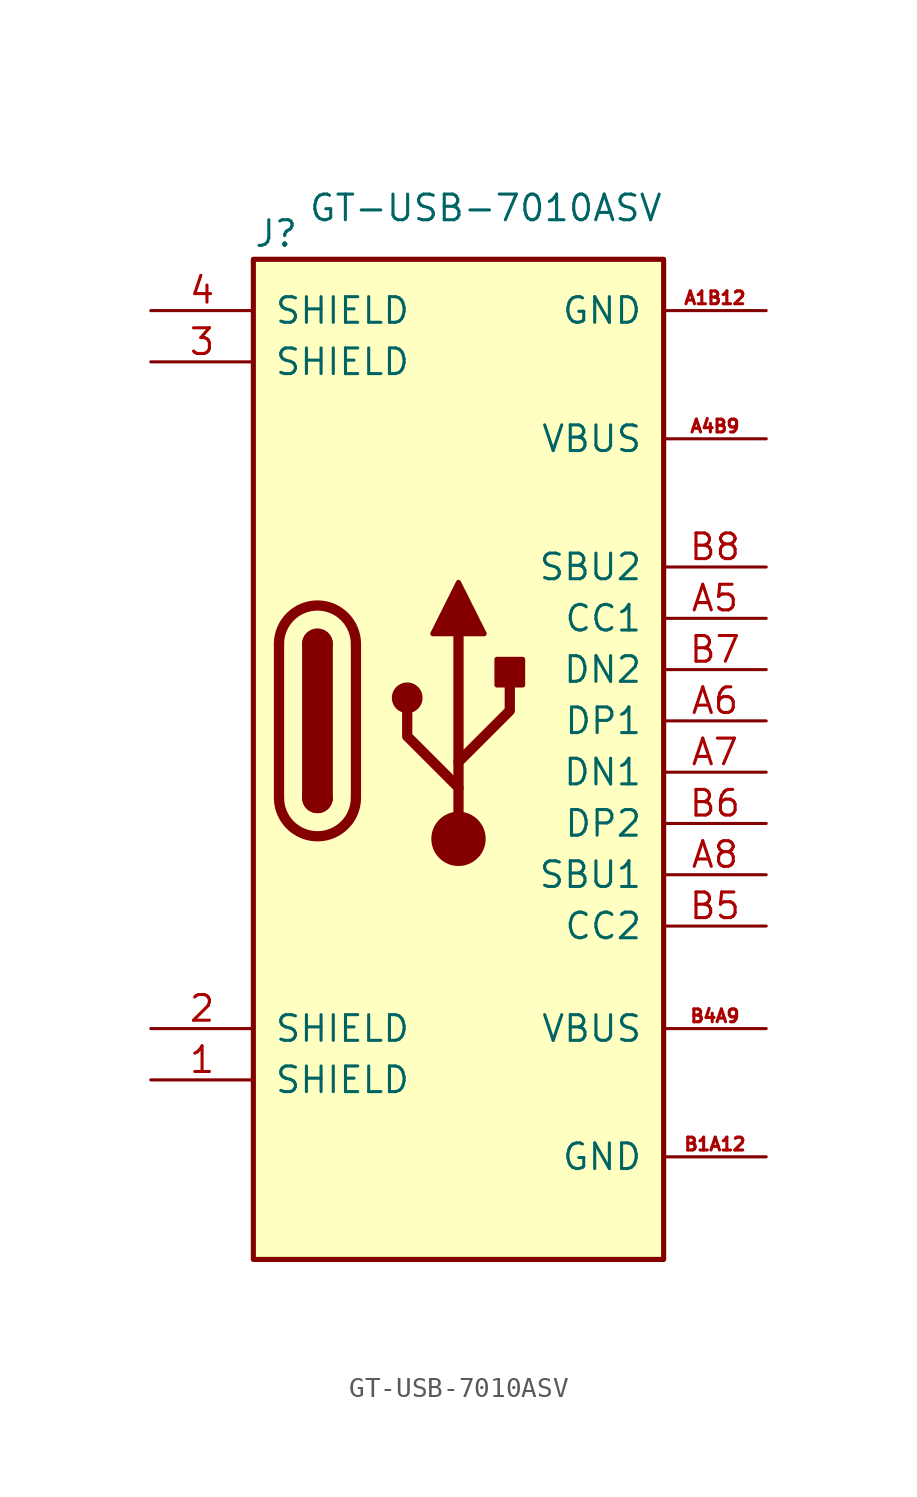
<source format=kicad_sym>
(kicad_symbol_lib
  (version 20231120)
  (generator "kicad_symbol_editor")
  (generator_version "8.0")
  (symbol "GT-USB-7010ASV"
    (pin_names
      (offset 1.016))
    (property "Reference" "J"
      (at -10.16 19.05 0)
      (effects (font (size 1.27 1.27)) (justify left)))
    (property "Value" "GT-USB-7010ASV"
      (at 10.16 20.32 0)
      (effects (font (size 1.27 1.27)) (justify right)))
    (symbol "GT-USB-7010ASV_0_1"
      (rectangle (start -10.16 17.78) (end 10.16 -31.75) (stroke (width 0.254) (type default)) (fill (type background)))
      (arc (start -8.89 -8.89) (mid -6.985 -10.7867) (end -5.08 -8.89) (stroke (width 0.508) (type default)) (fill (type none)))
      (arc (start -7.62 -8.89) (mid -6.985 -9.5223) (end -6.35 -8.89) (stroke (width 0.254) (type default)) (fill (type none)))
      (arc (start -7.62 -8.89) (mid -6.985 -9.5223) (end -6.35 -8.89) (stroke (width 0.254) (type default)) (fill (type outline)))
      (rectangle (start -7.62 -8.89) (end -6.35 -1.27) (stroke (width 0.254) (type default)) (fill (type outline)))
      (arc (start -6.35 -1.27) (mid -6.985 -0.6377) (end -7.62 -1.27) (stroke (width 0.254) (type default)) (fill (type none)))
      (arc (start -6.35 -1.27) (mid -6.985 -0.6377) (end -7.62 -1.27) (stroke (width 0.254) (type default)) (fill (type outline)))
      (arc (start -5.08 -1.27) (mid -6.985 0.6267) (end -8.89 -1.27) (stroke (width 0.508) (type default)) (fill (type none)))
      (circle (center -2.54 -3.937) (radius 0.635) (stroke (width 0.254) (type default)) (fill (type outline)))
      (circle (center 0 -10.922) (radius 1.27) (stroke (width 0) (type default)) (fill (type outline)))
      (polyline (pts (xy -8.89 -8.89) (xy -8.89 -1.27)) (stroke (width 0.508) (type default)) (fill (type none)))
      (polyline (pts (xy -5.08 -1.27) (xy -5.08 -8.89)) (stroke (width 0.508) (type default)) (fill (type none)))
      (polyline (pts (xy 0 -10.922) (xy 0 -0.762)) (stroke (width 0.508) (type default)) (fill (type none)))
      (polyline (pts (xy 0 -8.382) (xy -2.54 -5.842) (xy -2.54 -4.572)) (stroke (width 0.508) (type default)) (fill (type none)))
      (polyline (pts (xy 0 -7.112) (xy 2.54 -4.572) (xy 2.54 -3.302)) (stroke (width 0.508) (type default)) (fill (type none)))
      (polyline (pts (xy -1.27 -0.762) (xy 0 1.778) (xy 1.27 -0.762) (xy -1.27 -0.762)) (stroke (width 0.254) (type default)) (fill (type outline)))
      (rectangle (start 1.905 -3.302) (end 3.175 -2.032) (stroke (width 0.254) (type default)) (fill (type outline))))
    (symbol "GT-USB-7010ASV_1_1"
      (pin power_in line (at -15.24 -22.86 0) (length 5.08) (name "SHIELD" (effects (font (size 1.27 1.27)))) (number "1" (effects (font (size 1.27 1.27)))))
      (pin power_in line (at -15.24 -20.32 0) (length 5.08) (name "SHIELD" (effects (font (size 1.27 1.27)))) (number "2" (effects (font (size 1.27 1.27)))))
      (pin power_in line (at -15.24 12.7 0) (length 5.08) (name "SHIELD" (effects (font (size 1.27 1.27)))) (number "3" (effects (font (size 1.27 1.27)))))
      (pin power_in line (at -15.24 15.24 0) (length 5.08) (name "SHIELD" (effects (font (size 1.27 1.27)))) (number "4" (effects (font (size 1.27 1.27)))))
      (pin power_in line (at 15.24 15.24 180) (length 5.08) (name "GND" (effects (font (size 1.27 1.27)))) (number "A1B12" (effects (font (size 0.635 0.635)))))
      (pin power_in line (at 15.24 8.89 180) (length 5.08) (name "VBUS" (effects (font (size 1.27 1.27)))) (number "A4B9" (effects (font (size 0.635 0.635)))))
      (pin bidirectional line (at 15.24 0 180) (length 5.08) (name "CC1" (effects (font (size 1.27 1.27)))) (number "A5" (effects (font (size 1.27 1.27)))))
      (pin bidirectional line (at 15.24 -5.08 180) (length 5.08) (name "DP1" (effects (font (size 1.27 1.27)))) (number "A6" (effects (font (size 1.27 1.27)))))
      (pin bidirectional line (at 15.24 -7.62 180) (length 5.08) (name "DN1" (effects (font (size 1.27 1.27)))) (number "A7" (effects (font (size 1.27 1.27)))))
      (pin bidirectional line (at 15.24 -12.7 180) (length 5.08) (name "SBU1" (effects (font (size 1.27 1.27)))) (number "A8" (effects (font (size 1.27 1.27)))))
      (pin power_in line (at 15.24 -26.67 180) (length 5.08) (name "GND" (effects (font (size 1.27 1.27)))) (number "B1A12" (effects (font (size 0.635 0.635)))))
      (pin power_in line (at 15.24 -20.32 180) (length 5.08) (name "VBUS" (effects (font (size 1.27 1.27)))) (number "B4A9" (effects (font (size 0.635 0.635)))))
      (pin bidirectional line (at 15.24 -15.24 180) (length 5.08) (name "CC2" (effects (font (size 1.27 1.27)))) (number "B5" (effects (font (size 1.27 1.27)))))
      (pin bidirectional line (at 15.24 -10.16 180) (length 5.08) (name "DP2" (effects (font (size 1.27 1.27)))) (number "B6" (effects (font (size 1.27 1.27)))))
      (pin bidirectional line (at 15.24 -2.54 180) (length 5.08) (name "DN2" (effects (font (size 1.27 1.27)))) (number "B7" (effects (font (size 1.27 1.27)))))
      (pin bidirectional line (at 15.24 2.54 180) (length 5.08) (name "SBU2" (effects (font (size 1.27 1.27)))) (number "B8" (effects (font (size 1.27 1.27))))))))
</source>
